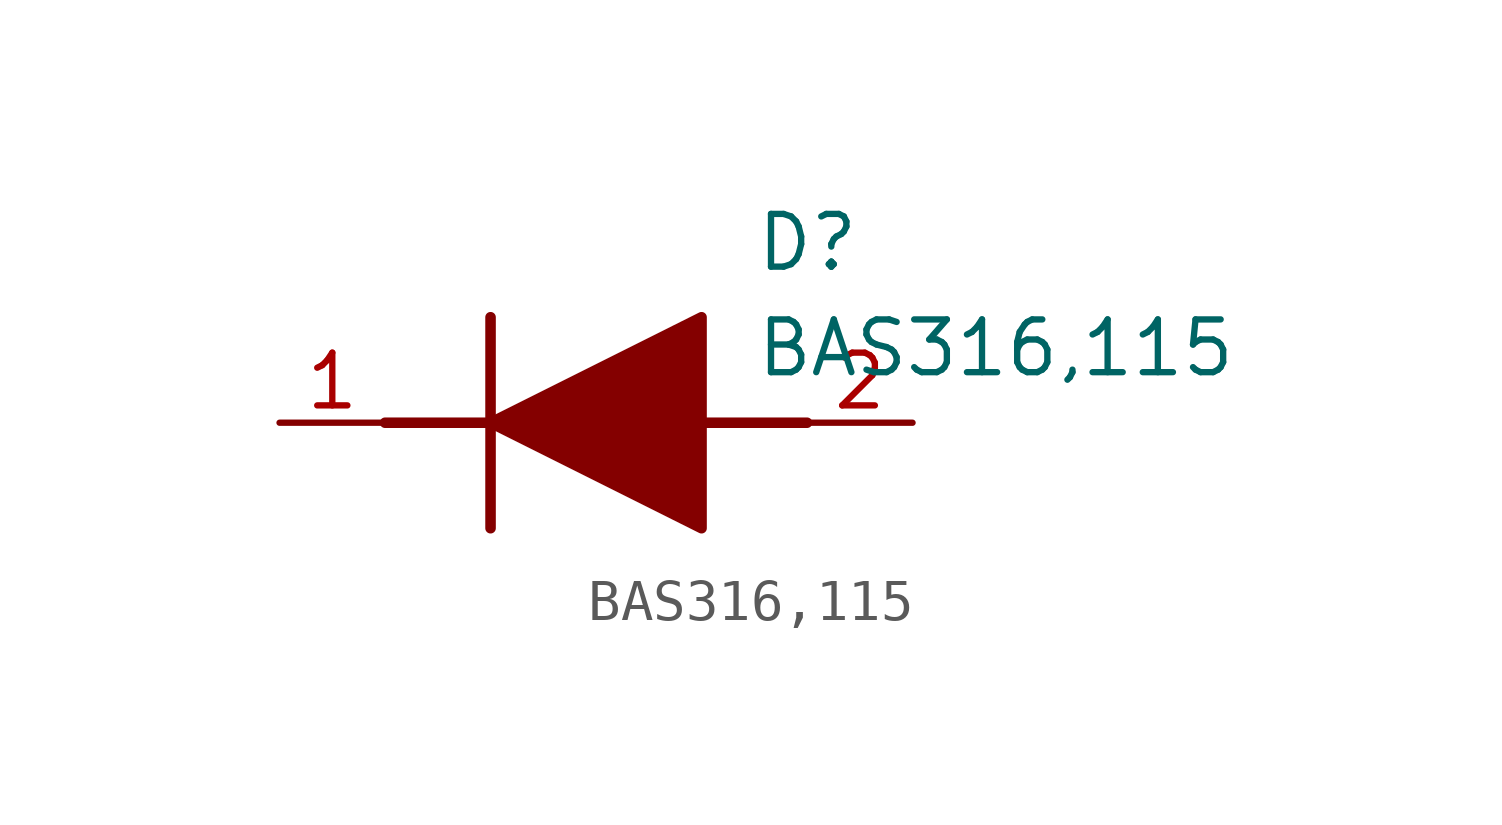
<source format=kicad_sym>
(kicad_symbol_lib
  (version 20211014)
  (generator SamacSys_ECAD_Model)
  (symbol "BAS316,115"
    (pin_names hide)
    (property "Reference" "D"
      (at 11.43 5.08 0)
      (effects (font (size 1.27 1.27)) (justify left top)))
    (property "Value" "BAS316,115"
      (at 11.43 2.54 0)
      (effects (font (size 1.27 1.27)) (justify left top)))
    (polyline
      (pts (xy 5.08 2.54) (xy 5.08 -2.54))
      (stroke (width 0.254) (type default))
      (fill (type none)))
    (polyline
      (pts (xy 2.54 0) (xy 5.08 0))
      (stroke (width 0.254) (type default))
      (fill (type none)))
    (polyline
      (pts (xy 10.16 0) (xy 12.7 0))
      (stroke (width 0.254) (type default))
      (fill (type none)))
    (polyline
      (pts (xy 5.08 0) (xy 10.16 2.54) (xy 10.16 -2.54) (xy 5.08 0))
      (stroke (width 0.254) (type default))
      (fill (type outline)))
    (pin passive line
      (at 0 0 0)
      (length 2.54)
      (name "K" (effects (font (size 1.27 1.27))))
      (number "1" (effects (font (size 1.27 1.27)))))
    (pin passive line
      (at 15.24 0 180)
      (length 2.54)
      (name "A" (effects (font (size 1.27 1.27))))
      (number "2" (effects (font (size 1.27 1.27)))))))
</source>
